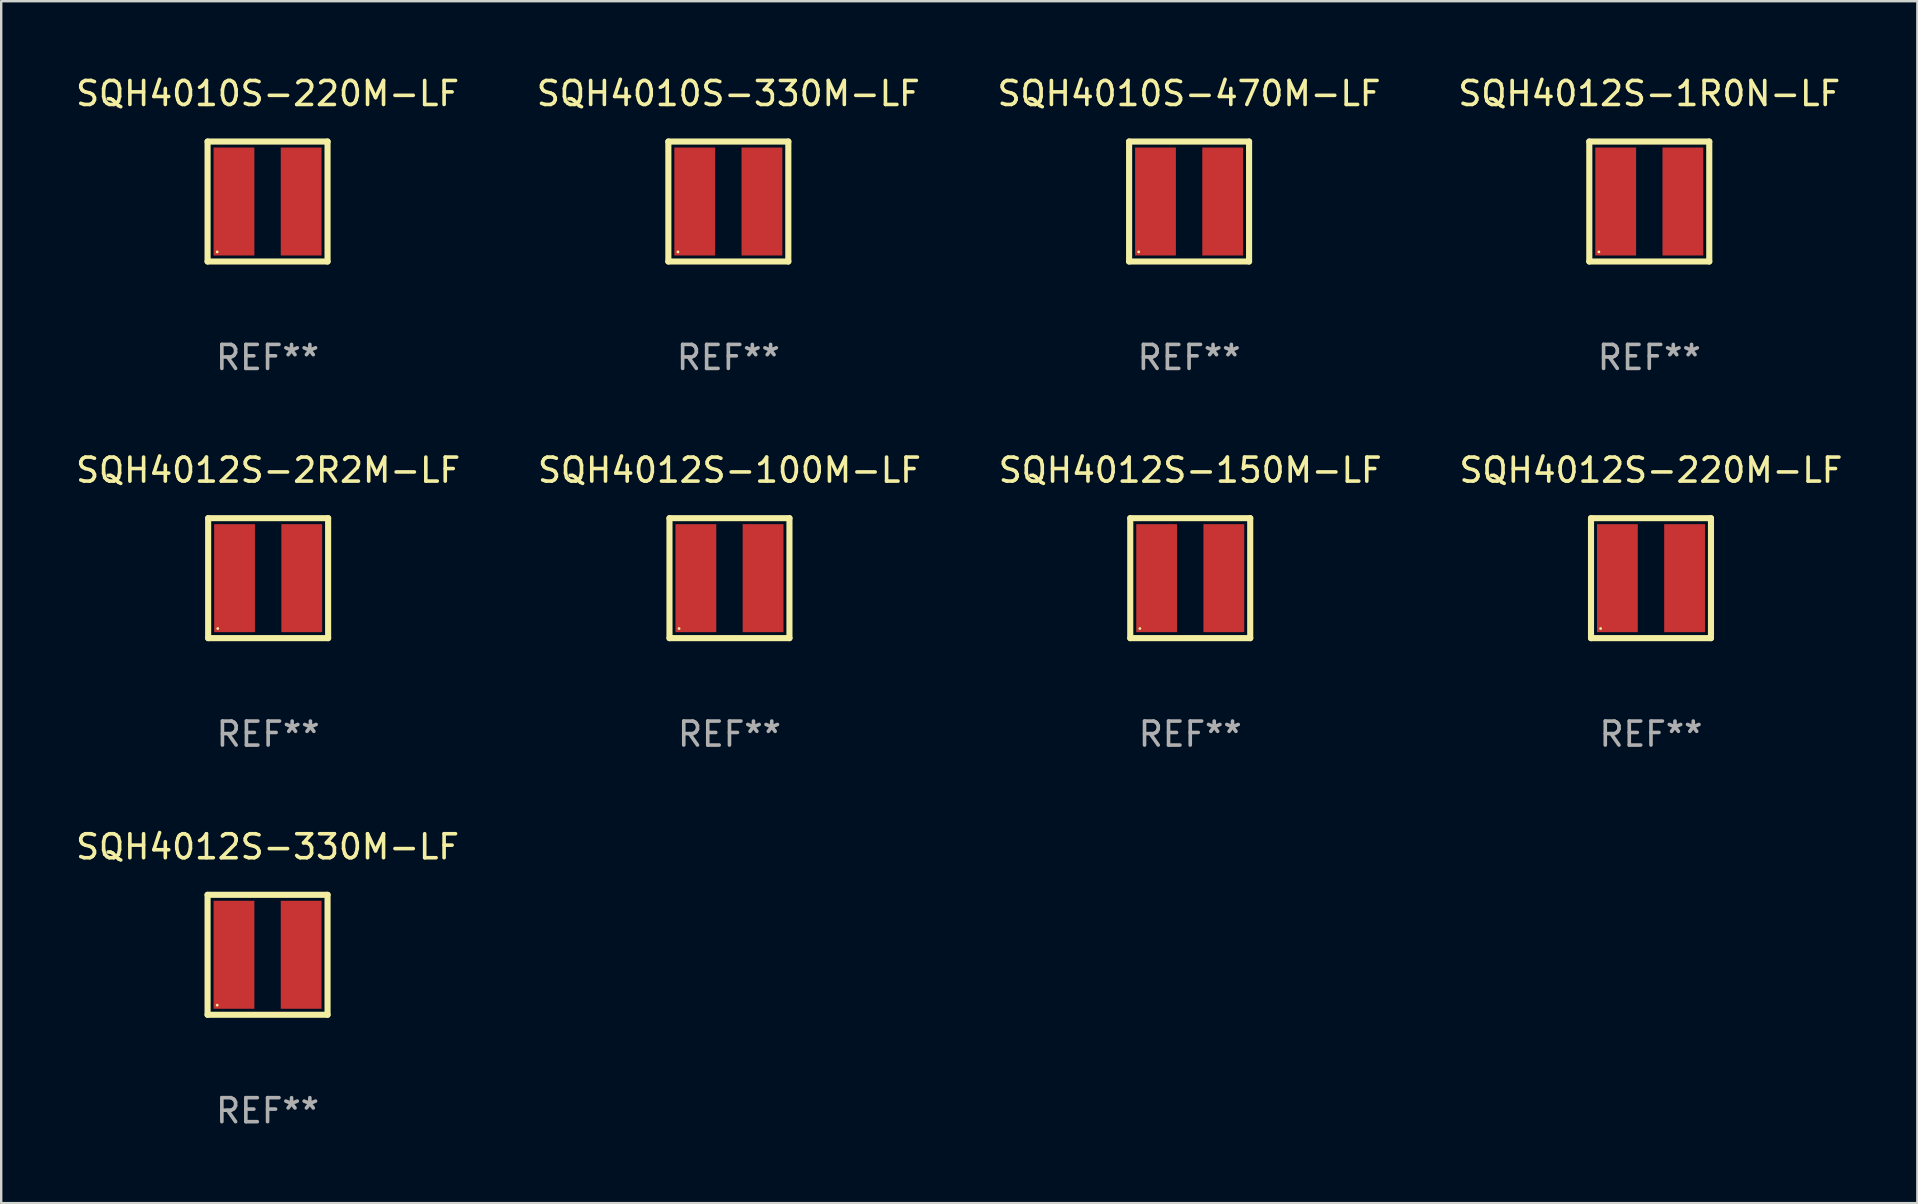
<source format=kicad_pcb>
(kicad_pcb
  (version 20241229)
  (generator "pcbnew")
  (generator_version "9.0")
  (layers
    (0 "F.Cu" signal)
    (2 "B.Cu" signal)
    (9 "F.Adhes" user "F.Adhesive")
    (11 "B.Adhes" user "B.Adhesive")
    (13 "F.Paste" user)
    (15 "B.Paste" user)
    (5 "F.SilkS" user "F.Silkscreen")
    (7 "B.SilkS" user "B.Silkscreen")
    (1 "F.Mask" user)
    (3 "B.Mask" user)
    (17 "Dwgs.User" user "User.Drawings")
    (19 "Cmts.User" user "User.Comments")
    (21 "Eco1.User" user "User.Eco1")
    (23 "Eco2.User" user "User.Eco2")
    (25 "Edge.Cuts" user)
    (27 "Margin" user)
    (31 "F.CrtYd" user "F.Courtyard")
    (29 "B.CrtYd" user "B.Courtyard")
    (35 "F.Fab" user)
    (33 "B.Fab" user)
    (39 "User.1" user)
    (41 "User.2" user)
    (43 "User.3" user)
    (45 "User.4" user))
  (footprint "SQH4012S-100M-LF"
    (layer "F.Cu")
    (at 27.351 21.045)
    (property "Reference" "SQH4012S-100M-LF" (at 0 -4.5 0) (layer "F.SilkS") (effects (font (size 1 1) (thickness 0.15))))
    (attr through_hole)
    (fp_line (start -2.5 -2.5) (end 2.5 -2.5) (stroke (width 0.254) (type solid)) (layer "F.SilkS"))
    (fp_line (start -2.5 2.5) (end -2.5 -2.5) (stroke (width 0.254) (type solid)) (layer "F.SilkS"))
    (fp_line (start 2.5 -2.5) (end 2.5 2.5) (stroke (width 0.254) (type solid)) (layer "F.SilkS"))
    (fp_line (start 2.5 2.5) (end -2.5 2.5) (stroke (width 0.254) (type solid)) (layer "F.SilkS"))
    (fp_circle (center -2.1 2.1) (end -2.07 2.1) (stroke (width 0.06) (type solid)) (fill no) (layer "F.SilkS"))
    (fp_text user "REF**" (at 0 6.5 0) (layer "F.Fab") (effects (font (size 1 1) (thickness 0.15))))
    (pad "1" smd rect (at -1.4 0 90) (size 4.5 1.7) (layers "F.Cu" "F.Mask" "F.Paste"))
    (pad "2" smd rect (at 1.4 0 90) (size 4.5 1.7) (layers "F.Cu" "F.Mask" "F.Paste")))
  (footprint "SQH4012S-2R2M-LF"
    (layer "F.Cu")
    (at 8.125 21.045)
    (property "Reference" "SQH4012S-2R2M-LF" (at 0 -4.5 0) (layer "F.SilkS") (effects (font (size 1 1) (thickness 0.15))))
    (attr through_hole)
    (fp_line (start -2.5 -2.5) (end 2.5 -2.5) (stroke (width 0.254) (type solid)) (layer "F.SilkS"))
    (fp_line (start -2.5 2.5) (end -2.5 -2.5) (stroke (width 0.254) (type solid)) (layer "F.SilkS"))
    (fp_line (start 2.5 -2.5) (end 2.5 2.5) (stroke (width 0.254) (type solid)) (layer "F.SilkS"))
    (fp_line (start 2.5 2.5) (end -2.5 2.5) (stroke (width 0.254) (type solid)) (layer "F.SilkS"))
    (fp_circle (center -2.1 2.1) (end -2.07 2.1) (stroke (width 0.06) (type solid)) (fill no) (layer "F.SilkS"))
    (fp_text user "REF**" (at 0 6.5 0) (layer "F.Fab") (effects (font (size 1 1) (thickness 0.15))))
    (pad "1" smd rect (at -1.4 0 90) (size 4.5 1.7) (layers "F.Cu" "F.Mask" "F.Paste"))
    (pad "2" smd rect (at 1.4 0 90) (size 4.5 1.7) (layers "F.Cu" "F.Mask" "F.Paste")))
  (footprint "SQH4012S-220M-LF"
    (layer "F.Cu")
    (at 65.756 21.045)
    (property "Reference" "SQH4012S-220M-LF" (at 0 -4.5 0) (layer "F.SilkS") (effects (font (size 1 1) (thickness 0.15))))
    (attr through_hole)
    (fp_line (start -2.5 -2.5) (end 2.5 -2.5) (stroke (width 0.254) (type solid)) (layer "F.SilkS"))
    (fp_line (start -2.5 2.5) (end -2.5 -2.5) (stroke (width 0.254) (type solid)) (layer "F.SilkS"))
    (fp_line (start 2.5 -2.5) (end 2.5 2.5) (stroke (width 0.254) (type solid)) (layer "F.SilkS"))
    (fp_line (start 2.5 2.5) (end -2.5 2.5) (stroke (width 0.254) (type solid)) (layer "F.SilkS"))
    (fp_circle (center -2.1 2.1) (end -2.07 2.1) (stroke (width 0.06) (type solid)) (fill no) (layer "F.SilkS"))
    (fp_text user "REF**" (at 0 6.5 0) (layer "F.Fab") (effects (font (size 1 1) (thickness 0.15))))
    (pad "1" smd rect (at -1.4 0 90) (size 4.5 1.7) (layers "F.Cu" "F.Mask" "F.Paste"))
    (pad "2" smd rect (at 1.4 0 90) (size 4.5 1.7) (layers "F.Cu" "F.Mask" "F.Paste")))
  (footprint "SQH4010S-470M-LF"
    (layer "F.Cu")
    (at 46.506 5.348)
    (property "Reference" "SQH4010S-470M-LF" (at 0 -4.5 0) (layer "F.SilkS") (effects (font (size 1 1) (thickness 0.15))))
    (attr through_hole)
    (fp_line (start -2.5 -2.5) (end 2.5 -2.5) (stroke (width 0.254) (type solid)) (layer "F.SilkS"))
    (fp_line (start -2.5 2.5) (end -2.5 -2.5) (stroke (width 0.254) (type solid)) (layer "F.SilkS"))
    (fp_line (start 2.5 -2.5) (end 2.5 2.5) (stroke (width 0.254) (type solid)) (layer "F.SilkS"))
    (fp_line (start 2.5 2.5) (end -2.5 2.5) (stroke (width 0.254) (type solid)) (layer "F.SilkS"))
    (fp_circle (center -2.1 2.1) (end -2.07 2.1) (stroke (width 0.06) (type solid)) (fill no) (layer "F.SilkS"))
    (fp_text user "REF**" (at 0 6.5 0) (layer "F.Fab") (effects (font (size 1 1) (thickness 0.15))))
    (pad "1" smd rect (at -1.4 0 90) (size 4.5 1.7) (layers "F.Cu" "F.Mask" "F.Paste"))
    (pad "2" smd rect (at 1.4 0 90) (size 4.5 1.7) (layers "F.Cu" "F.Mask" "F.Paste")))
  (footprint "SQH4012S-330M-LF"
    (layer "F.Cu")
    (at 8.101 36.741)
    (property "Reference" "SQH4012S-330M-LF" (at 0 -4.5 0) (layer "F.SilkS") (effects (font (size 1 1) (thickness 0.15))))
    (attr through_hole)
    (fp_line (start -2.5 -2.5) (end 2.5 -2.5) (stroke (width 0.254) (type solid)) (layer "F.SilkS"))
    (fp_line (start -2.5 2.5) (end -2.5 -2.5) (stroke (width 0.254) (type solid)) (layer "F.SilkS"))
    (fp_line (start 2.5 -2.5) (end 2.5 2.5) (stroke (width 0.254) (type solid)) (layer "F.SilkS"))
    (fp_line (start 2.5 2.5) (end -2.5 2.5) (stroke (width 0.254) (type solid)) (layer "F.SilkS"))
    (fp_circle (center -2.1 2.1) (end -2.07 2.1) (stroke (width 0.06) (type solid)) (fill no) (layer "F.SilkS"))
    (fp_text user "REF**" (at 0 6.5 0) (layer "F.Fab") (effects (font (size 1 1) (thickness 0.15))))
    (pad "1" smd rect (at -1.4 0 90) (size 4.5 1.7) (layers "F.Cu" "F.Mask" "F.Paste"))
    (pad "2" smd rect (at 1.4 0 90) (size 4.5 1.7) (layers "F.Cu" "F.Mask" "F.Paste")))
  (footprint "SQH4012S-150M-LF"
    (layer "F.Cu")
    (at 46.554 21.045)
    (property "Reference" "SQH4012S-150M-LF" (at 0 -4.5 0) (layer "F.SilkS") (effects (font (size 1 1) (thickness 0.15))))
    (attr through_hole)
    (fp_line (start -2.5 -2.5) (end 2.5 -2.5) (stroke (width 0.254) (type solid)) (layer "F.SilkS"))
    (fp_line (start -2.5 2.5) (end -2.5 -2.5) (stroke (width 0.254) (type solid)) (layer "F.SilkS"))
    (fp_line (start 2.5 -2.5) (end 2.5 2.5) (stroke (width 0.254) (type solid)) (layer "F.SilkS"))
    (fp_line (start 2.5 2.5) (end -2.5 2.5) (stroke (width 0.254) (type solid)) (layer "F.SilkS"))
    (fp_circle (center -2.1 2.1) (end -2.07 2.1) (stroke (width 0.06) (type solid)) (fill no) (layer "F.SilkS"))
    (fp_text user "REF**" (at 0 6.5 0) (layer "F.Fab") (effects (font (size 1 1) (thickness 0.15))))
    (pad "1" smd rect (at -1.4 0 90) (size 4.5 1.7) (layers "F.Cu" "F.Mask" "F.Paste"))
    (pad "2" smd rect (at 1.4 0 90) (size 4.5 1.7) (layers "F.Cu" "F.Mask" "F.Paste")))
  (footprint "SQH4010S-330M-LF"
    (layer "F.Cu")
    (at 27.304 5.348)
    (property "Reference" "SQH4010S-330M-LF" (at 0 -4.5 0) (layer "F.SilkS") (effects (font (size 1 1) (thickness 0.15))))
    (attr through_hole)
    (fp_line (start -2.5 -2.5) (end 2.5 -2.5) (stroke (width 0.254) (type solid)) (layer "F.SilkS"))
    (fp_line (start -2.5 2.5) (end -2.5 -2.5) (stroke (width 0.254) (type solid)) (layer "F.SilkS"))
    (fp_line (start 2.5 -2.5) (end 2.5 2.5) (stroke (width 0.254) (type solid)) (layer "F.SilkS"))
    (fp_line (start 2.5 2.5) (end -2.5 2.5) (stroke (width 0.254) (type solid)) (layer "F.SilkS"))
    (fp_circle (center -2.1 2.1) (end -2.07 2.1) (stroke (width 0.06) (type solid)) (fill no) (layer "F.SilkS"))
    (fp_text user "REF**" (at 0 6.5 0) (layer "F.Fab") (effects (font (size 1 1) (thickness 0.15))))
    (pad "1" smd rect (at -1.4 0 90) (size 4.5 1.7) (layers "F.Cu" "F.Mask" "F.Paste"))
    (pad "2" smd rect (at 1.4 0 90) (size 4.5 1.7) (layers "F.Cu" "F.Mask" "F.Paste")))
  (footprint "SQH4010S-220M-LF"
    (layer "F.Cu")
    (at 8.101 5.348)
    (property "Reference" "SQH4010S-220M-LF" (at 0 -4.5 0) (layer "F.SilkS") (effects (font (size 1 1) (thickness 0.15))))
    (attr through_hole)
    (fp_line (start -2.5 -2.5) (end 2.5 -2.5) (stroke (width 0.254) (type solid)) (layer "F.SilkS"))
    (fp_line (start -2.5 2.5) (end -2.5 -2.5) (stroke (width 0.254) (type solid)) (layer "F.SilkS"))
    (fp_line (start 2.5 -2.5) (end 2.5 2.5) (stroke (width 0.254) (type solid)) (layer "F.SilkS"))
    (fp_line (start 2.5 2.5) (end -2.5 2.5) (stroke (width 0.254) (type solid)) (layer "F.SilkS"))
    (fp_circle (center -2.1 2.1) (end -2.07 2.1) (stroke (width 0.06) (type solid)) (fill no) (layer "F.SilkS"))
    (fp_text user "REF**" (at 0 6.5 0) (layer "F.Fab") (effects (font (size 1 1) (thickness 0.15))))
    (pad "1" smd rect (at -1.4 0 90) (size 4.5 1.7) (layers "F.Cu" "F.Mask" "F.Paste"))
    (pad "2" smd rect (at 1.4 0 90) (size 4.5 1.7) (layers "F.Cu" "F.Mask" "F.Paste")))
  (footprint "SQH4012S-1R0N-LF"
    (layer "F.Cu")
    (at 65.685 5.348)
    (property "Reference" "SQH4012S-1R0N-LF" (at 0 -4.5 0) (layer "F.SilkS") (effects (font (size 1 1) (thickness 0.15))))
    (attr through_hole)
    (fp_line (start -2.5 -2.5) (end 2.5 -2.5) (stroke (width 0.254) (type solid)) (layer "F.SilkS"))
    (fp_line (start -2.5 2.5) (end -2.5 -2.5) (stroke (width 0.254) (type solid)) (layer "F.SilkS"))
    (fp_line (start 2.5 -2.5) (end 2.5 2.5) (stroke (width 0.254) (type solid)) (layer "F.SilkS"))
    (fp_line (start 2.5 2.5) (end -2.5 2.5) (stroke (width 0.254) (type solid)) (layer "F.SilkS"))
    (fp_circle (center -2.1 2.1) (end -2.07 2.1) (stroke (width 0.06) (type solid)) (fill no) (layer "F.SilkS"))
    (fp_text user "REF**" (at 0 6.5 0) (layer "F.Fab") (effects (font (size 1 1) (thickness 0.15))))
    (pad "1" smd rect (at -1.4 0 90) (size 4.5 1.7) (layers "F.Cu" "F.Mask" "F.Paste"))
    (pad "2" smd rect (at 1.4 0 90) (size 4.5 1.7) (layers "F.Cu" "F.Mask" "F.Paste")))
  (gr_rect
    (start -3 -3)
    (end 76.857 47.09)
    (stroke (width 0.1) (type default))
    (fill no)
    (layer "Edge.Cuts")))
</source>
